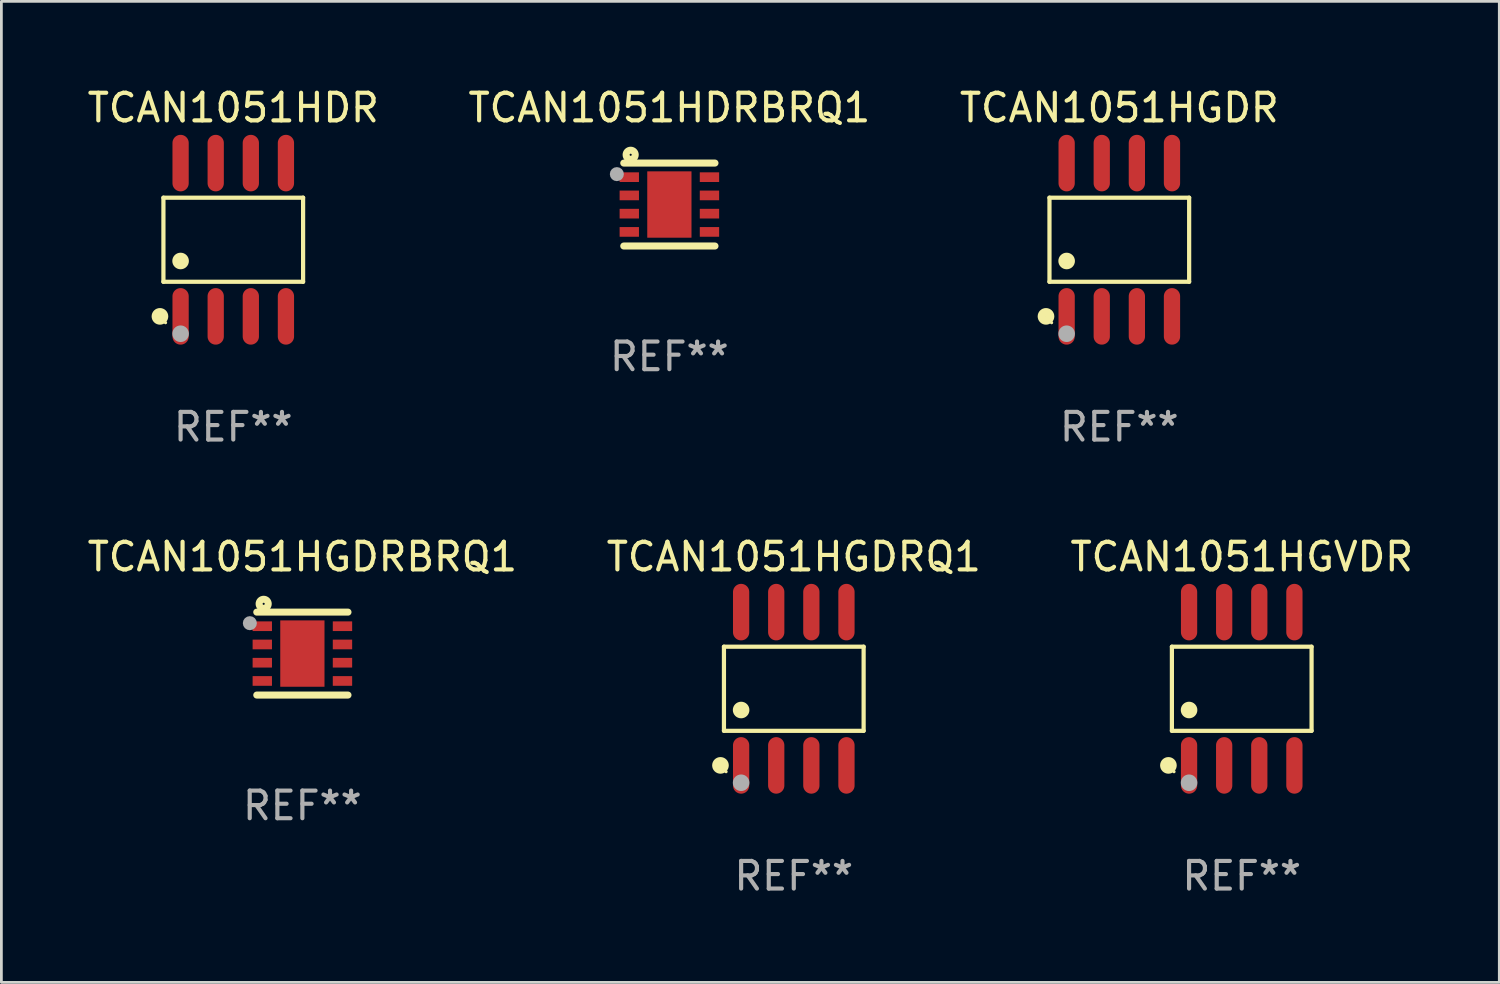
<source format=kicad_pcb>
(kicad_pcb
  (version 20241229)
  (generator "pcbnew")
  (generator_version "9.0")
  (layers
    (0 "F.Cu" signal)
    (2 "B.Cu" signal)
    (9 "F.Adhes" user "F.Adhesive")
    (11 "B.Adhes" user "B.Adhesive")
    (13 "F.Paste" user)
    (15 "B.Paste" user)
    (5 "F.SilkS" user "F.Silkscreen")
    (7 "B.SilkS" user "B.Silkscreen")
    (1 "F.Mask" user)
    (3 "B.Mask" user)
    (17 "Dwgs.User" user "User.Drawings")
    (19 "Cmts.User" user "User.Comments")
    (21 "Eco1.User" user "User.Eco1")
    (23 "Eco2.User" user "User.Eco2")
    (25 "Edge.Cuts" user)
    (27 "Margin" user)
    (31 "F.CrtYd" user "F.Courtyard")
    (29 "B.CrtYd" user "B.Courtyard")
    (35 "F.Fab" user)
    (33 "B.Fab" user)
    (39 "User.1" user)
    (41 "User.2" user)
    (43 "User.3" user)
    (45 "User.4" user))
  (footprint "TCAN1051HGDRQ1"
    (layer "F.Cu")
    (at 25.661 21.862)
    (property "Reference" "TCAN1051HGDRQ1" (at 0 -4.772 0) (layer "F.SilkS") (effects (font (size 1 1) (thickness 0.15))))
    (attr through_hole)
    (fp_line (start -2.526 -1.521) (end 2.526 -1.521) (stroke (width 0.152) (type solid)) (layer "F.SilkS"))
    (fp_line (start -2.526 1.521) (end -2.526 -1.521) (stroke (width 0.152) (type solid)) (layer "F.SilkS"))
    (fp_line (start 2.526 -1.521) (end 2.526 1.521) (stroke (width 0.152) (type solid)) (layer "F.SilkS"))
    (fp_line (start 2.526 1.521) (end -2.526 1.521) (stroke (width 0.152) (type solid)) (layer "F.SilkS"))
    (fp_circle (center -2.652 2.772) (end -2.501 2.772) (stroke (width 0.3) (type solid)) (fill no) (layer "F.SilkS"))
    (fp_circle (center -2.45 3) (end -2.42 3) (stroke (width 0.06) (type solid)) (fill no) (layer "F.SilkS"))
    (fp_circle (center -1.905 0.769) (end -1.755 0.769) (stroke (width 0.3) (type solid)) (fill no) (layer "F.SilkS"))
    (fp_circle (center -1.905 3.4) (end -1.755 3.4) (stroke (width 0.3) (type solid)) (fill no) (layer "F.Fab"))
    (fp_text user "REF**" (at 0 6.772 0) (layer "F.Fab") (effects (font (size 1 1) (thickness 0.15))))
    (pad "1" smd oval (at -1.905 2.772) (size 0.588 2.045) (layers "F.Cu" "F.Mask" "F.Paste"))
    (pad "2" smd oval (at -0.635 2.772) (size 0.588 2.045) (layers "F.Cu" "F.Mask" "F.Paste"))
    (pad "3" smd oval (at 0.635 2.772) (size 0.588 2.045) (layers "F.Cu" "F.Mask" "F.Paste"))
    (pad "4" smd oval (at 1.905 2.772) (size 0.588 2.045) (layers "F.Cu" "F.Mask" "F.Paste"))
    (pad "5" smd oval (at 1.905 -2.772) (size 0.588 2.045) (layers "F.Cu" "F.Mask" "F.Paste"))
    (pad "6" smd oval (at 0.635 -2.772) (size 0.588 2.045) (layers "F.Cu" "F.Mask" "F.Paste"))
    (pad "7" smd oval (at -0.635 -2.772) (size 0.588 2.045) (layers "F.Cu" "F.Mask" "F.Paste"))
    (pad "8" smd oval (at -1.905 -2.772) (size 0.588 2.045) (layers "F.Cu" "F.Mask" "F.Paste")))
  (footprint "TCAN1051HGDR"
    (layer "F.Cu")
    (at 37.435 5.621)
    (property "Reference" "TCAN1051HGDR" (at 0 -4.772 0) (layer "F.SilkS") (effects (font (size 1 1) (thickness 0.15))))
    (attr through_hole)
    (fp_line (start -2.526 -1.521) (end 2.526 -1.521) (stroke (width 0.152) (type solid)) (layer "F.SilkS"))
    (fp_line (start -2.526 1.521) (end -2.526 -1.521) (stroke (width 0.152) (type solid)) (layer "F.SilkS"))
    (fp_line (start 2.526 -1.521) (end 2.526 1.521) (stroke (width 0.152) (type solid)) (layer "F.SilkS"))
    (fp_line (start 2.526 1.521) (end -2.526 1.521) (stroke (width 0.152) (type solid)) (layer "F.SilkS"))
    (fp_circle (center -2.652 2.772) (end -2.501 2.772) (stroke (width 0.3) (type solid)) (fill no) (layer "F.SilkS"))
    (fp_circle (center -2.45 3) (end -2.42 3) (stroke (width 0.06) (type solid)) (fill no) (layer "F.SilkS"))
    (fp_circle (center -1.905 0.769) (end -1.755 0.769) (stroke (width 0.3) (type solid)) (fill no) (layer "F.SilkS"))
    (fp_circle (center -1.905 3.4) (end -1.755 3.4) (stroke (width 0.3) (type solid)) (fill no) (layer "F.Fab"))
    (fp_text user "REF**" (at 0 6.772 0) (layer "F.Fab") (effects (font (size 1 1) (thickness 0.15))))
    (pad "1" smd oval (at -1.905 2.772) (size 0.588 2.045) (layers "F.Cu" "F.Mask" "F.Paste"))
    (pad "2" smd oval (at -0.635 2.772) (size 0.588 2.045) (layers "F.Cu" "F.Mask" "F.Paste"))
    (pad "3" smd oval (at 0.635 2.772) (size 0.588 2.045) (layers "F.Cu" "F.Mask" "F.Paste"))
    (pad "4" smd oval (at 1.905 2.772) (size 0.588 2.045) (layers "F.Cu" "F.Mask" "F.Paste"))
    (pad "5" smd oval (at 1.905 -2.772) (size 0.588 2.045) (layers "F.Cu" "F.Mask" "F.Paste"))
    (pad "6" smd oval (at 0.635 -2.772) (size 0.588 2.045) (layers "F.Cu" "F.Mask" "F.Paste"))
    (pad "7" smd oval (at -0.635 -2.772) (size 0.588 2.045) (layers "F.Cu" "F.Mask" "F.Paste"))
    (pad "8" smd oval (at -1.905 -2.772) (size 0.588 2.045) (layers "F.Cu" "F.Mask" "F.Paste")))
  (footprint "TCAN1051HDRBRQ1"
    (layer "F.Cu")
    (at 21.161 4.348)
    (property "Reference" "TCAN1051HDRBRQ1" (at 0 -3.5 0) (layer "F.SilkS") (effects (font (size 1 1) (thickness 0.15))))
    (attr through_hole)
    (fp_line (start -1.65 -1.5) (end 1.65 -1.5) (stroke (width 0.254) (type solid)) (layer "F.SilkS"))
    (fp_line (start -1.65 1.5) (end 1.65 1.5) (stroke (width 0.254) (type solid)) (layer "F.SilkS"))
    (fp_circle (center -1.5 -1.5) (end -1.47 -1.5) (stroke (width 0.06) (type solid)) (fill no) (layer "F.SilkS"))
    (fp_circle (center -1.4 -1.8) (end -1.235 -1.8) (stroke (width 0.254) (type solid)) (fill no) (layer "F.SilkS"))
    (fp_circle (center -1.9 -1.1) (end -1.773 -1.1) (stroke (width 0.254) (type solid)) (fill no) (layer "F.Fab"))
    (fp_text user "REF**" (at 0 5.5 0) (layer "F.Fab") (effects (font (size 1 1) (thickness 0.15))))
    (pad "1" smd rect (at -1.45 -0.99 180) (size 0.7 0.35) (layers "F.Cu" "F.Mask" "F.Paste"))
    (pad "2" smd rect (at -1.45 -0.33 180) (size 0.7 0.35) (layers "F.Cu" "F.Mask" "F.Paste"))
    (pad "3" smd rect (at -1.45 0.33 180) (size 0.7 0.35) (layers "F.Cu" "F.Mask" "F.Paste"))
    (pad "4" smd rect (at -1.45 0.99 180) (size 0.7 0.35) (layers "F.Cu" "F.Mask" "F.Paste"))
    (pad "5" smd rect (at 1.45 0.99 180) (size 0.7 0.35) (layers "F.Cu" "F.Mask" "F.Paste"))
    (pad "6" smd rect (at 1.45 0.33 180) (size 0.7 0.35) (layers "F.Cu" "F.Mask" "F.Paste"))
    (pad "7" smd rect (at 1.45 -0.33 180) (size 0.7 0.35) (layers "F.Cu" "F.Mask" "F.Paste"))
    (pad "8" smd rect (at 1.45 -0.99 180) (size 0.7 0.35) (layers "F.Cu" "F.Mask" "F.Paste"))
    (pad "9" smd rect (at 0 -0.000394 90) (size 2.4 1.6) (layers "F.Cu" "F.Mask" "F.Paste")))
  (footprint "TCAN1051HGVDR"
    (layer "F.Cu")
    (at 41.863 21.862)
    (property "Reference" "TCAN1051HGVDR" (at 0 -4.772 0) (layer "F.SilkS") (effects (font (size 1 1) (thickness 0.15))))
    (attr through_hole)
    (fp_line (start -2.526 -1.521) (end 2.526 -1.521) (stroke (width 0.152) (type solid)) (layer "F.SilkS"))
    (fp_line (start -2.526 1.521) (end -2.526 -1.521) (stroke (width 0.152) (type solid)) (layer "F.SilkS"))
    (fp_line (start 2.526 -1.521) (end 2.526 1.521) (stroke (width 0.152) (type solid)) (layer "F.SilkS"))
    (fp_line (start 2.526 1.521) (end -2.526 1.521) (stroke (width 0.152) (type solid)) (layer "F.SilkS"))
    (fp_circle (center -2.652 2.772) (end -2.501 2.772) (stroke (width 0.3) (type solid)) (fill no) (layer "F.SilkS"))
    (fp_circle (center -2.45 3) (end -2.42 3) (stroke (width 0.06) (type solid)) (fill no) (layer "F.SilkS"))
    (fp_circle (center -1.905 0.769) (end -1.755 0.769) (stroke (width 0.3) (type solid)) (fill no) (layer "F.SilkS"))
    (fp_circle (center -1.905 3.4) (end -1.755 3.4) (stroke (width 0.3) (type solid)) (fill no) (layer "F.Fab"))
    (fp_text user "REF**" (at 0 6.772 0) (layer "F.Fab") (effects (font (size 1 1) (thickness 0.15))))
    (pad "1" smd oval (at -1.905 2.772) (size 0.588 2.045) (layers "F.Cu" "F.Mask" "F.Paste"))
    (pad "2" smd oval (at -0.635 2.772) (size 0.588 2.045) (layers "F.Cu" "F.Mask" "F.Paste"))
    (pad "3" smd oval (at 0.635 2.772) (size 0.588 2.045) (layers "F.Cu" "F.Mask" "F.Paste"))
    (pad "4" smd oval (at 1.905 2.772) (size 0.588 2.045) (layers "F.Cu" "F.Mask" "F.Paste"))
    (pad "5" smd oval (at 1.905 -2.772) (size 0.588 2.045) (layers "F.Cu" "F.Mask" "F.Paste"))
    (pad "6" smd oval (at 0.635 -2.772) (size 0.588 2.045) (layers "F.Cu" "F.Mask" "F.Paste"))
    (pad "7" smd oval (at -0.635 -2.772) (size 0.588 2.045) (layers "F.Cu" "F.Mask" "F.Paste"))
    (pad "8" smd oval (at -1.905 -2.772) (size 0.588 2.045) (layers "F.Cu" "F.Mask" "F.Paste")))
  (footprint "TCAN1051HDR"
    (layer "F.Cu")
    (at 5.387 5.621)
    (property "Reference" "TCAN1051HDR" (at 0 -4.772 0) (layer "F.SilkS") (effects (font (size 1 1) (thickness 0.15))))
    (attr through_hole)
    (fp_line (start -2.526 -1.521) (end 2.526 -1.521) (stroke (width 0.152) (type solid)) (layer "F.SilkS"))
    (fp_line (start -2.526 1.521) (end -2.526 -1.521) (stroke (width 0.152) (type solid)) (layer "F.SilkS"))
    (fp_line (start 2.526 -1.521) (end 2.526 1.521) (stroke (width 0.152) (type solid)) (layer "F.SilkS"))
    (fp_line (start 2.526 1.521) (end -2.526 1.521) (stroke (width 0.152) (type solid)) (layer "F.SilkS"))
    (fp_circle (center -2.652 2.772) (end -2.501 2.772) (stroke (width 0.3) (type solid)) (fill no) (layer "F.SilkS"))
    (fp_circle (center -2.45 3) (end -2.42 3) (stroke (width 0.06) (type solid)) (fill no) (layer "F.SilkS"))
    (fp_circle (center -1.905 0.769) (end -1.755 0.769) (stroke (width 0.3) (type solid)) (fill no) (layer "F.SilkS"))
    (fp_circle (center -1.905 3.4) (end -1.755 3.4) (stroke (width 0.3) (type solid)) (fill no) (layer "F.Fab"))
    (fp_text user "REF**" (at 0 6.772 0) (layer "F.Fab") (effects (font (size 1 1) (thickness 0.15))))
    (pad "1" smd oval (at -1.905 2.772) (size 0.588 2.045) (layers "F.Cu" "F.Mask" "F.Paste"))
    (pad "2" smd oval (at -0.635 2.772) (size 0.588 2.045) (layers "F.Cu" "F.Mask" "F.Paste"))
    (pad "3" smd oval (at 0.635 2.772) (size 0.588 2.045) (layers "F.Cu" "F.Mask" "F.Paste"))
    (pad "4" smd oval (at 1.905 2.772) (size 0.588 2.045) (layers "F.Cu" "F.Mask" "F.Paste"))
    (pad "5" smd oval (at 1.905 -2.772) (size 0.588 2.045) (layers "F.Cu" "F.Mask" "F.Paste"))
    (pad "6" smd oval (at 0.635 -2.772) (size 0.588 2.045) (layers "F.Cu" "F.Mask" "F.Paste"))
    (pad "7" smd oval (at -0.635 -2.772) (size 0.588 2.045) (layers "F.Cu" "F.Mask" "F.Paste"))
    (pad "8" smd oval (at -1.905 -2.772) (size 0.588 2.045) (layers "F.Cu" "F.Mask" "F.Paste")))
  (footprint "TCAN1051HGDRBRQ1"
    (layer "F.Cu")
    (at 7.887 20.59)
    (property "Reference" "TCAN1051HGDRBRQ1" (at 0 -3.5 0) (layer "F.SilkS") (effects (font (size 1 1) (thickness 0.15))))
    (attr through_hole)
    (fp_line (start -1.65 -1.5) (end 1.65 -1.5) (stroke (width 0.254) (type solid)) (layer "F.SilkS"))
    (fp_line (start -1.65 1.5) (end 1.65 1.5) (stroke (width 0.254) (type solid)) (layer "F.SilkS"))
    (fp_circle (center -1.5 -1.5) (end -1.47 -1.5) (stroke (width 0.06) (type solid)) (fill no) (layer "F.SilkS"))
    (fp_circle (center -1.4 -1.8) (end -1.235 -1.8) (stroke (width 0.254) (type solid)) (fill no) (layer "F.SilkS"))
    (fp_circle (center -1.9 -1.1) (end -1.773 -1.1) (stroke (width 0.254) (type solid)) (fill no) (layer "F.Fab"))
    (fp_text user "REF**" (at 0 5.5 0) (layer "F.Fab") (effects (font (size 1 1) (thickness 0.15))))
    (pad "1" smd rect (at -1.45 -0.99 180) (size 0.7 0.35) (layers "F.Cu" "F.Mask" "F.Paste"))
    (pad "2" smd rect (at -1.45 -0.33 180) (size 0.7 0.35) (layers "F.Cu" "F.Mask" "F.Paste"))
    (pad "3" smd rect (at -1.45 0.33 180) (size 0.7 0.35) (layers "F.Cu" "F.Mask" "F.Paste"))
    (pad "4" smd rect (at -1.45 0.99 180) (size 0.7 0.35) (layers "F.Cu" "F.Mask" "F.Paste"))
    (pad "5" smd rect (at 1.45 0.99 180) (size 0.7 0.35) (layers "F.Cu" "F.Mask" "F.Paste"))
    (pad "6" smd rect (at 1.45 0.33 180) (size 0.7 0.35) (layers "F.Cu" "F.Mask" "F.Paste"))
    (pad "7" smd rect (at 1.45 -0.33 180) (size 0.7 0.35) (layers "F.Cu" "F.Mask" "F.Paste"))
    (pad "8" smd rect (at 1.45 -0.99 180) (size 0.7 0.35) (layers "F.Cu" "F.Mask" "F.Paste"))
    (pad "9" smd rect (at 0 -0.000394 90) (size 2.4 1.6) (layers "F.Cu" "F.Mask" "F.Paste")))
  (gr_rect
    (start -3 -3)
    (end 51.179 32.483)
    (stroke (width 0.1) (type default))
    (fill no)
    (layer "Edge.Cuts")))
</source>
